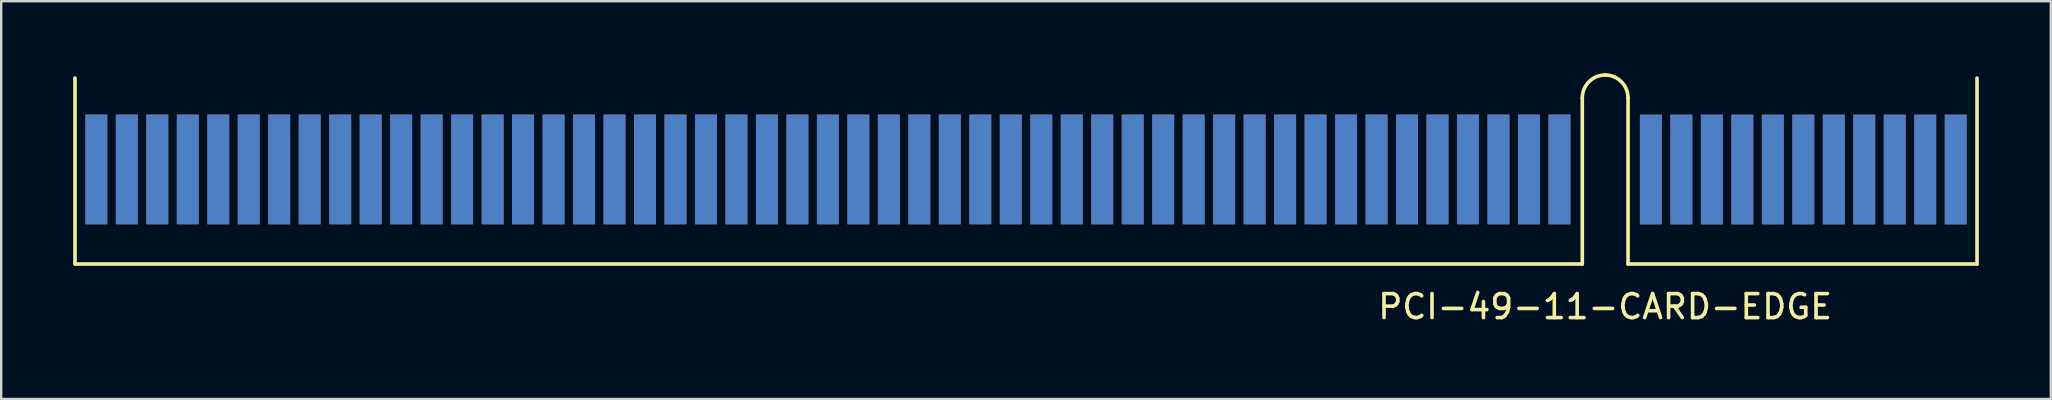
<source format=kicad_pcb>
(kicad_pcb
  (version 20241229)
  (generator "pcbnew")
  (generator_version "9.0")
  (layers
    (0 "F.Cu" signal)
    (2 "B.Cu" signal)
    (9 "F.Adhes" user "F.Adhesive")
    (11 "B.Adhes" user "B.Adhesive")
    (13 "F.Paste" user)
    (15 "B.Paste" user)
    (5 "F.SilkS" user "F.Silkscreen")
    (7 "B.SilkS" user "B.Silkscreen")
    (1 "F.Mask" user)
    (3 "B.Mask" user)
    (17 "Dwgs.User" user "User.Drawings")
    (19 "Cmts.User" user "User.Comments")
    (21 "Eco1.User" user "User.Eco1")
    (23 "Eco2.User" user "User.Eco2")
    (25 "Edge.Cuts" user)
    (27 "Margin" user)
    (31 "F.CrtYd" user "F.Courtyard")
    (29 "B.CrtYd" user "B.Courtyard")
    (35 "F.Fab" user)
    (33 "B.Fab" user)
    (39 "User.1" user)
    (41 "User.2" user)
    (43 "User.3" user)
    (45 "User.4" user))
  (footprint "PCI-49-11-CARD-EDGE"
    (layer "F.Cu")
    (at 63.829 4.012)
    (property "Reference" "PCI-49-11-CARD-EDGE" (at 0 5.715 0) (layer "F.SilkS") (effects (font (size 1 1) (thickness 0.15))))
    (attr through_hole)
    (fp_line (start -63.754 3.937) (end -63.754 -3.81) (stroke (width 0.15) (type solid)) (layer "F.SilkS"))
    (fp_line (start -0.953 3.937) (end -63.754 3.937) (stroke (width 0.15) (type solid)) (layer "F.SilkS"))
    (fp_line (start -0.953 3.937) (end -0.953 -2.985) (stroke (width 0.15) (type solid)) (layer "F.SilkS"))
    (fp_line (start 0.953 -2.985) (end 0.953 3.937) (stroke (width 0.15) (type solid)) (layer "F.SilkS"))
    (fp_line (start 15.494 3.937) (end 0.953 3.937) (stroke (width 0.15) (type solid)) (layer "F.SilkS"))
    (fp_line (start 15.494 3.937) (end 15.494 -3.81) (stroke (width 0.15) (type solid)) (layer "F.SilkS"))
    (fp_arc (start -0.9525 -2.9845) (mid -0.673519 -3.658019) (end 0 -3.937) (stroke (width 0.15) (type solid)) (layer "F.SilkS"))
    (fp_arc (start 0 -3.937) (mid 0.673519 -3.658019) (end 0.9525 -2.9845) (stroke (width 0.15) (type solid)) (layer "F.SilkS"))
    (pad "A1" smd rect (at -62.865 0) (size 0.914 4.572) (layers "F.Cu" "F.Mask" "F.Paste"))
    (pad "A2" smd rect (at -61.595 0) (size 0.914 4.572) (layers "F.Cu" "F.Mask" "F.Paste"))
    (pad "A3" smd rect (at -60.325 0) (size 0.914 4.572) (layers "F.Cu" "F.Mask" "F.Paste"))
    (pad "A4" smd rect (at -59.055 0) (size 0.914 4.572) (layers "F.Cu" "F.Mask" "F.Paste"))
    (pad "A5" smd rect (at -57.785 0) (size 0.914 4.572) (layers "F.Cu" "F.Mask" "F.Paste"))
    (pad "A6" smd rect (at -56.515 0) (size 0.914 4.572) (layers "F.Cu" "F.Mask" "F.Paste"))
    (pad "A7" smd rect (at -55.245 0) (size 0.914 4.572) (layers "F.Cu" "F.Mask" "F.Paste"))
    (pad "A8" smd rect (at -53.975 0) (size 0.914 4.572) (layers "F.Cu" "F.Mask" "F.Paste"))
    (pad "A9" smd rect (at -52.705 0) (size 0.914 4.572) (layers "F.Cu" "F.Mask" "F.Paste"))
    (pad "A10" smd rect (at -51.435 0) (size 0.914 4.572) (layers "F.Cu" "F.Mask" "F.Paste"))
    (pad "A11" smd rect (at -50.165 0) (size 0.914 4.572) (layers "F.Cu" "F.Mask" "F.Paste"))
    (pad "A12" smd rect (at -48.895 0) (size 0.914 4.572) (layers "F.Cu" "F.Mask" "F.Paste"))
    (pad "A13" smd rect (at -47.625 0) (size 0.914 4.572) (layers "F.Cu" "F.Mask" "F.Paste"))
    (pad "A14" smd rect (at -46.355 0) (size 0.914 4.572) (layers "F.Cu" "F.Mask" "F.Paste"))
    (pad "A15" smd rect (at -45.085 0) (size 0.914 4.572) (layers "F.Cu" "F.Mask" "F.Paste"))
    (pad "A16" smd rect (at -43.815 0) (size 0.914 4.572) (layers "F.Cu" "F.Mask" "F.Paste"))
    (pad "A17" smd rect (at -42.545 0) (size 0.914 4.572) (layers "F.Cu" "F.Mask" "F.Paste"))
    (pad "A18" smd rect (at -41.275 0) (size 0.914 4.572) (layers "F.Cu" "F.Mask" "F.Paste"))
    (pad "A19" smd rect (at -40.005 0) (size 0.914 4.572) (layers "F.Cu" "F.Mask" "F.Paste"))
    (pad "A20" smd rect (at -38.735 0) (size 0.914 4.572) (layers "F.Cu" "F.Mask" "F.Paste"))
    (pad "A21" smd rect (at -37.465 0) (size 0.914 4.572) (layers "F.Cu" "F.Mask" "F.Paste"))
    (pad "A22" smd rect (at -36.195 0) (size 0.914 4.572) (layers "F.Cu" "F.Mask" "F.Paste"))
    (pad "A23" smd rect (at -34.925 0) (size 0.914 4.572) (layers "F.Cu" "F.Mask" "F.Paste"))
    (pad "A24" smd rect (at -33.655 0) (size 0.914 4.572) (layers "F.Cu" "F.Mask" "F.Paste"))
    (pad "A25" smd rect (at -32.385 0) (size 0.914 4.572) (layers "F.Cu" "F.Mask" "F.Paste"))
    (pad "A26" smd rect (at -31.115 0) (size 0.914 4.572) (layers "F.Cu" "F.Mask" "F.Paste"))
    (pad "A27" smd rect (at -29.845 0) (size 0.914 4.572) (layers "F.Cu" "F.Mask" "F.Paste"))
    (pad "A28" smd rect (at -28.575 0) (size 0.914 4.572) (layers "F.Cu" "F.Mask" "F.Paste"))
    (pad "A29" smd rect (at -27.305 0) (size 0.914 4.572) (layers "F.Cu" "F.Mask" "F.Paste"))
    (pad "A30" smd rect (at -26.035 0) (size 0.914 4.572) (layers "F.Cu" "F.Mask" "F.Paste"))
    (pad "A31" smd rect (at -24.765 0) (size 0.914 4.572) (layers "F.Cu" "F.Mask" "F.Paste"))
    (pad "A32" smd rect (at -23.495 0) (size 0.914 4.572) (layers "F.Cu" "F.Mask" "F.Paste"))
    (pad "A33" smd rect (at -22.225 0) (size 0.914 4.572) (layers "F.Cu" "F.Mask" "F.Paste"))
    (pad "A34" smd rect (at -20.955 0) (size 0.914 4.572) (layers "F.Cu" "F.Mask" "F.Paste"))
    (pad "A35" smd rect (at -19.685 0) (size 0.914 4.572) (layers "F.Cu" "F.Mask" "F.Paste"))
    (pad "A36" smd rect (at -18.415 0) (size 0.914 4.572) (layers "F.Cu" "F.Mask" "F.Paste"))
    (pad "A37" smd rect (at -17.145 0) (size 0.914 4.572) (layers "F.Cu" "F.Mask" "F.Paste"))
    (pad "A38" smd rect (at -15.875 0) (size 0.914 4.572) (layers "F.Cu" "F.Mask" "F.Paste"))
    (pad "A39" smd rect (at -14.605 0) (size 0.914 4.572) (layers "F.Cu" "F.Mask" "F.Paste"))
    (pad "A40" smd rect (at -13.335 0) (size 0.914 4.572) (layers "F.Cu" "F.Mask" "F.Paste"))
    (pad "A41" smd rect (at -12.065 0) (size 0.914 4.572) (layers "F.Cu" "F.Mask" "F.Paste"))
    (pad "A42" smd rect (at -10.795 0) (size 0.914 4.572) (layers "F.Cu" "F.Mask" "F.Paste"))
    (pad "A43" smd rect (at -9.525 0) (size 0.914 4.572) (layers "F.Cu" "F.Mask" "F.Paste"))
    (pad "A44" smd rect (at -8.255 0) (size 0.914 4.572) (layers "F.Cu" "F.Mask" "F.Paste"))
    (pad "A45" smd rect (at -6.985 0) (size 0.914 4.572) (layers "F.Cu" "F.Mask" "F.Paste"))
    (pad "A46" smd rect (at -5.715 0) (size 0.914 4.572) (layers "F.Cu" "F.Mask" "F.Paste"))
    (pad "A47" smd rect (at -4.445 0) (size 0.914 4.572) (layers "F.Cu" "F.Mask" "F.Paste"))
    (pad "A48" smd rect (at -3.175 0) (size 0.914 4.572) (layers "F.Cu" "F.Mask" "F.Paste"))
    (pad "A49" smd rect (at -1.905 0) (size 0.914 4.572) (layers "F.Cu" "F.Mask" "F.Paste"))
    (pad "A50" smd rect (at 1.905 0) (size 0.914 4.572) (layers "F.Cu" "F.Mask" "F.Paste"))
    (pad "A51" smd rect (at 3.175 0) (size 0.914 4.572) (layers "F.Cu" "F.Mask" "F.Paste"))
    (pad "A52" smd rect (at 4.445 0) (size 0.914 4.572) (layers "F.Cu" "F.Mask" "F.Paste"))
    (pad "A53" smd rect (at 5.715 0) (size 0.914 4.572) (layers "F.Cu" "F.Mask" "F.Paste"))
    (pad "A54" smd rect (at 6.985 0) (size 0.914 4.572) (layers "F.Cu" "F.Mask" "F.Paste"))
    (pad "A55" smd rect (at 8.255 0) (size 0.914 4.572) (layers "F.Cu" "F.Mask" "F.Paste"))
    (pad "A56" smd rect (at 9.525 0) (size 0.914 4.572) (layers "F.Cu" "F.Mask" "F.Paste"))
    (pad "A57" smd rect (at 10.795 0) (size 0.914 4.572) (layers "F.Cu" "F.Mask" "F.Paste"))
    (pad "A58" smd rect (at 12.065 0) (size 0.914 4.572) (layers "F.Cu" "F.Mask" "F.Paste"))
    (pad "A59" smd rect (at 13.335 0) (size 0.914 4.572) (layers "F.Cu" "F.Mask" "F.Paste"))
    (pad "A60" smd rect (at 14.605 0) (size 0.914 4.572) (layers "F.Cu" "F.Mask" "F.Paste"))
    (pad "B1" smd rect (at -62.865 -0.004) (size 0.914 4.572) (layers "B.Cu" "B.Mask" "B.Paste"))
    (pad "B2" smd rect (at -61.595 -0.004) (size 0.914 4.572) (layers "B.Cu" "B.Mask" "B.Paste"))
    (pad "B3" smd rect (at -60.325 -0.004) (size 0.914 4.572) (layers "B.Cu" "B.Mask" "B.Paste"))
    (pad "B4" smd rect (at -59.055 -0.004) (size 0.914 4.572) (layers "B.Cu" "B.Mask" "B.Paste"))
    (pad "B5" smd rect (at -57.785 -0.004) (size 0.914 4.572) (layers "B.Cu" "B.Mask" "B.Paste"))
    (pad "B6" smd rect (at -56.515 -0.004) (size 0.914 4.572) (layers "B.Cu" "B.Mask" "B.Paste"))
    (pad "B7" smd rect (at -55.245 -0.004) (size 0.914 4.572) (layers "B.Cu" "B.Mask" "B.Paste"))
    (pad "B8" smd rect (at -53.975 -0.004) (size 0.914 4.572) (layers "B.Cu" "B.Mask" "B.Paste"))
    (pad "B9" smd rect (at -52.705 -0.004) (size 0.914 4.572) (layers "B.Cu" "B.Mask" "B.Paste"))
    (pad "B10" smd rect (at -51.435 -0.004) (size 0.914 4.572) (layers "B.Cu" "B.Mask" "B.Paste"))
    (pad "B11" smd rect (at -50.165 -0.004) (size 0.914 4.572) (layers "B.Cu" "B.Mask" "B.Paste"))
    (pad "B12" smd rect (at -48.895 -0.004) (size 0.914 4.572) (layers "B.Cu" "B.Mask" "B.Paste"))
    (pad "B13" smd rect (at -47.625 -0.004) (size 0.914 4.572) (layers "B.Cu" "B.Mask" "B.Paste"))
    (pad "B14" smd rect (at -46.355 -0.004) (size 0.914 4.572) (layers "B.Cu" "B.Mask" "B.Paste"))
    (pad "B15" smd rect (at -45.085 -0.004) (size 0.914 4.572) (layers "B.Cu" "B.Mask" "B.Paste"))
    (pad "B16" smd rect (at -43.815 -0.004) (size 0.914 4.572) (layers "B.Cu" "B.Mask" "B.Paste"))
    (pad "B17" smd rect (at -42.545 -0.004) (size 0.914 4.572) (layers "B.Cu" "B.Mask" "B.Paste"))
    (pad "B18" smd rect (at -41.275 -0.004) (size 0.914 4.572) (layers "B.Cu" "B.Mask" "B.Paste"))
    (pad "B19" smd rect (at -40.005 -0.004) (size 0.914 4.572) (layers "B.Cu" "B.Mask" "B.Paste"))
    (pad "B20" smd rect (at -38.735 -0.004) (size 0.914 4.572) (layers "B.Cu" "B.Mask" "B.Paste"))
    (pad "B21" smd rect (at -37.465 -0.004) (size 0.914 4.572) (layers "B.Cu" "B.Mask" "B.Paste"))
    (pad "B22" smd rect (at -36.195 -0.004) (size 0.914 4.572) (layers "B.Cu" "B.Mask" "B.Paste"))
    (pad "B23" smd rect (at -34.925 -0.004) (size 0.914 4.572) (layers "B.Cu" "B.Mask" "B.Paste"))
    (pad "B24" smd rect (at -33.655 -0.004) (size 0.914 4.572) (layers "B.Cu" "B.Mask" "B.Paste"))
    (pad "B25" smd rect (at -32.385 -0.004) (size 0.914 4.572) (layers "B.Cu" "B.Mask" "B.Paste"))
    (pad "B26" smd rect (at -31.115 -0.004) (size 0.914 4.572) (layers "B.Cu" "B.Mask" "B.Paste"))
    (pad "B27" smd rect (at -29.845 -0.004) (size 0.914 4.572) (layers "B.Cu" "B.Mask" "B.Paste"))
    (pad "B28" smd rect (at -28.575 -0.004) (size 0.914 4.572) (layers "B.Cu" "B.Mask" "B.Paste"))
    (pad "B29" smd rect (at -27.305 -0.004) (size 0.914 4.572) (layers "B.Cu" "B.Mask" "B.Paste"))
    (pad "B30" smd rect (at -26.035 -0.004) (size 0.914 4.572) (layers "B.Cu" "B.Mask" "B.Paste"))
    (pad "B31" smd rect (at -24.765 -0.004) (size 0.914 4.572) (layers "B.Cu" "B.Mask" "B.Paste"))
    (pad "B32" smd rect (at -23.495 -0.004) (size 0.914 4.572) (layers "B.Cu" "B.Mask" "B.Paste"))
    (pad "B33" smd rect (at -22.225 -0.004) (size 0.914 4.572) (layers "B.Cu" "B.Mask" "B.Paste"))
    (pad "B34" smd rect (at -20.955 -0.004) (size 0.914 4.572) (layers "B.Cu" "B.Mask" "B.Paste"))
    (pad "B35" smd rect (at -19.685 -0.004) (size 0.914 4.572) (layers "B.Cu" "B.Mask" "B.Paste"))
    (pad "B36" smd rect (at -18.415 -0.004) (size 0.914 4.572) (layers "B.Cu" "B.Mask" "B.Paste"))
    (pad "B37" smd rect (at -17.145 -0.004) (size 0.914 4.572) (layers "B.Cu" "B.Mask" "B.Paste"))
    (pad "B38" smd rect (at -15.875 -0.004) (size 0.914 4.572) (layers "B.Cu" "B.Mask" "B.Paste"))
    (pad "B39" smd rect (at -14.605 -0.004) (size 0.914 4.572) (layers "B.Cu" "B.Mask" "B.Paste"))
    (pad "B40" smd rect (at -13.335 -0.004) (size 0.914 4.572) (layers "B.Cu" "B.Mask" "B.Paste"))
    (pad "B41" smd rect (at -12.065 -0.004) (size 0.914 4.572) (layers "B.Cu" "B.Mask" "B.Paste"))
    (pad "B42" smd rect (at -10.795 -0.004) (size 0.914 4.572) (layers "B.Cu" "B.Mask" "B.Paste"))
    (pad "B43" smd rect (at -9.525 -0.004) (size 0.914 4.572) (layers "B.Cu" "B.Mask" "B.Paste"))
    (pad "B44" smd rect (at -8.255 -0.004) (size 0.914 4.572) (layers "B.Cu" "B.Mask" "B.Paste"))
    (pad "B45" smd rect (at -6.985 -0.004) (size 0.914 4.572) (layers "B.Cu" "B.Mask" "B.Paste"))
    (pad "B46" smd rect (at -5.715 -0.004) (size 0.914 4.572) (layers "B.Cu" "B.Mask" "B.Paste"))
    (pad "B47" smd rect (at -4.445 -0.004) (size 0.914 4.572) (layers "B.Cu" "B.Mask" "B.Paste"))
    (pad "B48" smd rect (at -3.175 -0.004) (size 0.914 4.572) (layers "B.Cu" "B.Mask" "B.Paste"))
    (pad "B49" smd rect (at -1.905 -0.004) (size 0.914 4.572) (layers "B.Cu" "B.Mask" "B.Paste"))
    (pad "B50" smd rect (at 1.905 0) (size 0.914 4.572) (layers "F.Mask" "B.Cu" "F.Paste"))
    (pad "B51" smd rect (at 3.175 0) (size 0.914 4.572) (layers "F.Mask" "B.Cu" "F.Paste"))
    (pad "B52" smd rect (at 4.445 0) (size 0.914 4.572) (layers "F.Mask" "B.Cu" "F.Paste"))
    (pad "B53" smd rect (at 5.715 0) (size 0.914 4.572) (layers "F.Mask" "B.Cu" "F.Paste"))
    (pad "B54" smd rect (at 6.985 0) (size 0.914 4.572) (layers "F.Mask" "B.Cu" "F.Paste"))
    (pad "B55" smd rect (at 8.255 0) (size 0.914 4.572) (layers "F.Mask" "B.Cu" "F.Paste"))
    (pad "B56" smd rect (at 9.525 0) (size 0.914 4.572) (layers "F.Mask" "B.Cu" "F.Paste"))
    (pad "B57" smd rect (at 10.795 0) (size 0.914 4.572) (layers "F.Mask" "B.Cu" "F.Paste"))
    (pad "B58" smd rect (at 12.065 0) (size 0.914 4.572) (layers "F.Mask" "B.Cu" "F.Paste"))
    (pad "B59" smd rect (at 13.335 0) (size 0.914 4.572) (layers "F.Mask" "B.Cu" "F.Paste"))
    (pad "B60" smd rect (at 14.605 0) (size 0.914 4.572) (layers "F.Mask" "B.Cu" "F.Paste")))
  (gr_rect
    (start -3 -3)
    (end 82.398 13.575)
    (stroke (width 0.1) (type default))
    (fill no)
    (layer "Edge.Cuts")))
</source>
